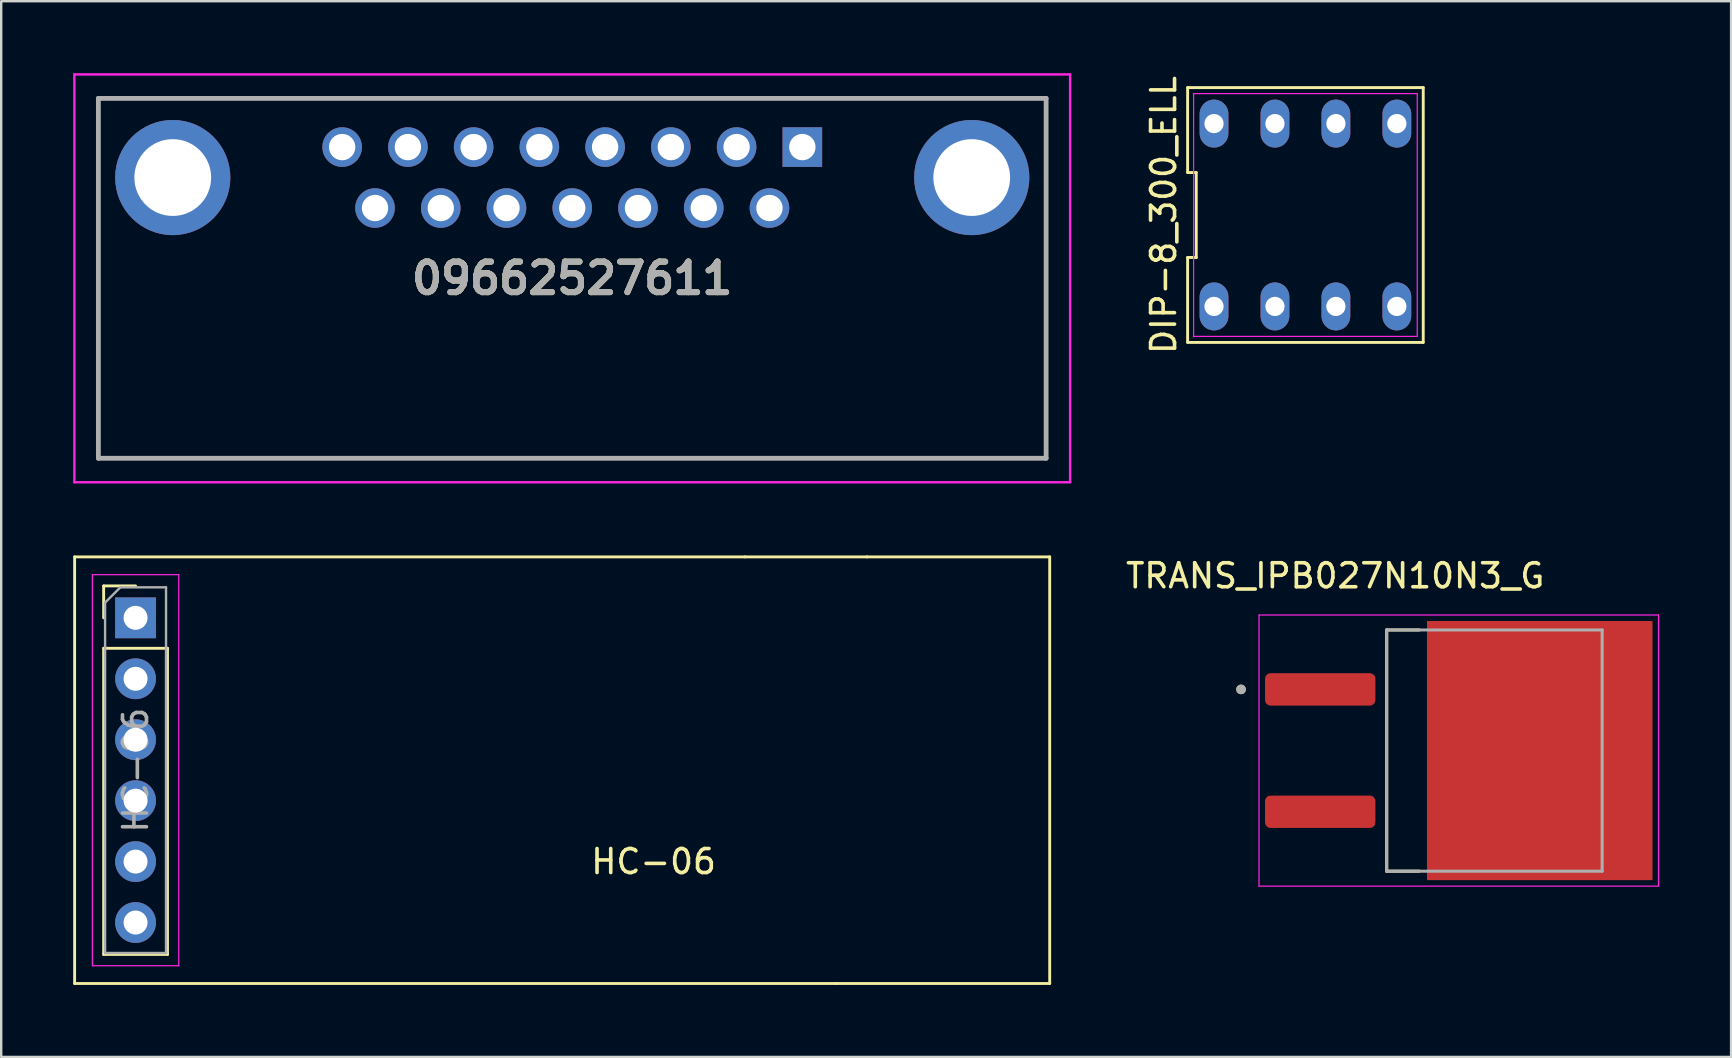
<source format=kicad_pcb>
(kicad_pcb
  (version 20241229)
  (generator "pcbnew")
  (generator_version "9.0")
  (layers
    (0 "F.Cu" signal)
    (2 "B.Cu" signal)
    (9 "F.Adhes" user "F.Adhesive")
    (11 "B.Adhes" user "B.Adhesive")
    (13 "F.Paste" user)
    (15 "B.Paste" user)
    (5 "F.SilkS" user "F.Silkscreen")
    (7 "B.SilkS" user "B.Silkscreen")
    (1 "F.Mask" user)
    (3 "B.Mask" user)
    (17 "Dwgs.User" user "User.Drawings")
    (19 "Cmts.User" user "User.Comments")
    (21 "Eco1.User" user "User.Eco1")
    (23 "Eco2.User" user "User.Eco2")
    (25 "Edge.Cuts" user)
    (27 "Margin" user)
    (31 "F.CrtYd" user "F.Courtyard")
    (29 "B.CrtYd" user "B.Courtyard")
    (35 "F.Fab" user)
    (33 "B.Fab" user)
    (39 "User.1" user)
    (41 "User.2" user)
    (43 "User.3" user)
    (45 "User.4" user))
  (footprint "HC-06"
    (layer "F.Cu")
    (at 2.6 22.7)
    (property "Reference" "HC-06" (at 21.59 10.16 0) (layer "F.SilkS") (effects (font (size 1 1) (thickness 0.15))))
    (attr through_hole)
    (fp_line (start -1.33 -1.33) (end 0 -1.33) (stroke (width 0.12) (type solid)) (layer "F.SilkS"))
    (fp_line (start -1.33 0) (end -1.33 -1.33) (stroke (width 0.12) (type solid)) (layer "F.SilkS"))
    (fp_line (start -1.33 1.27) (end -1.33 14.03) (stroke (width 0.12) (type solid)) (layer "F.SilkS"))
    (fp_line (start -1.33 1.27) (end 1.33 1.27) (stroke (width 0.12) (type solid)) (layer "F.SilkS"))
    (fp_line (start -1.33 14.03) (end 1.33 14.03) (stroke (width 0.12) (type solid)) (layer "F.SilkS"))
    (fp_line (start 1.33 1.27) (end 1.33 14.03) (stroke (width 0.12) (type solid)) (layer "F.SilkS"))
    (fp_line (start 30.48 -2.54) (end 38.1 -2.54) (stroke (width 0.12) (type solid)) (layer "F.SilkS"))
    (fp_line (start 38.1 -2.54) (end 38.1 15.24) (stroke (width 0.12) (type solid)) (layer "F.SilkS"))
    (fp_rect (start -2.54 -2.54) (end -2.54 15.24) (stroke (width 0.12) (type solid)) (fill no) (layer "F.SilkS"))
    (fp_rect (start -2.54 -2.54) (end 25.4 -2.54) (stroke (width 0.12) (type solid)) (fill no) (layer "F.SilkS"))
    (fp_rect (start -2.54 15.24) (end 29.21 15.24) (stroke (width 0.12) (type solid)) (fill no) (layer "F.SilkS"))
    (fp_rect (start 29.21 15.24) (end 38.1 15.24) (stroke (width 0.12) (type solid)) (fill no) (layer "F.SilkS"))
    (fp_rect (start 30.48 -2.54) (end 25.4 -2.54) (stroke (width 0.12) (type solid)) (fill no) (layer "F.SilkS"))
    (fp_line (start -1.8 -1.8) (end -1.8 14.5) (stroke (width 0.05) (type solid)) (layer "F.CrtYd"))
    (fp_line (start -1.8 14.5) (end 1.8 14.5) (stroke (width 0.05) (type solid)) (layer "F.CrtYd"))
    (fp_line (start 1.8 -1.8) (end -1.8 -1.8) (stroke (width 0.05) (type solid)) (layer "F.CrtYd"))
    (fp_line (start 1.8 14.5) (end 1.8 -1.8) (stroke (width 0.05) (type solid)) (layer "F.CrtYd"))
    (fp_line (start -1.27 -0.635) (end -0.635 -1.27) (stroke (width 0.1) (type solid)) (layer "F.Fab"))
    (fp_line (start -1.27 13.97) (end -1.27 -0.635) (stroke (width 0.1) (type solid)) (layer "F.Fab"))
    (fp_line (start -0.635 -1.27) (end 1.27 -1.27) (stroke (width 0.1) (type solid)) (layer "F.Fab"))
    (fp_line (start 1.27 -1.27) (end 1.27 13.97) (stroke (width 0.1) (type solid)) (layer "F.Fab"))
    (fp_line (start 1.27 13.97) (end -1.27 13.97) (stroke (width 0.1) (type solid)) (layer "F.Fab"))
    (fp_text user "${REFERENCE}" (at 0 6.35 90) (layer "F.Fab") (effects (font (size 1 1) (thickness 0.15))))
    (pad "1" thru_hole rect (at 0 0) (size 1.7 1.7) (drill 1) (layers "*.Cu" "*.Mask"))
    (pad "2" thru_hole oval (at 0 2.54) (size 1.7 1.7) (drill 1) (layers "*.Cu" "*.Mask"))
    (pad "3" thru_hole oval (at 0 5.08) (size 1.7 1.7) (drill 1) (layers "*.Cu" "*.Mask"))
    (pad "4" thru_hole oval (at 0 7.62) (size 1.7 1.7) (drill 1) (layers "*.Cu" "*.Mask"))
    (pad "5" thru_hole oval (at 0 10.16) (size 1.7 1.7) (drill 1) (layers "*.Cu" "*.Mask"))
    (pad "6" thru_hole oval (at 0 12.7) (size 1.7 1.7) (drill 1) (layers "*.Cu" "*.Mask")))
  (footprint "09662527611"
    (layer "F.Cu")
    (at 30.39 3.08)
    (property "Reference" "09662527611" (at -9.59 5.47 0) (layer "F.SilkS") (effects (font (size 1.27 1.27) (thickness 0.254))))
    (attr through_hole)
    (fp_line (start -29.34 -2.03) (end 10.16 -2.03) (stroke (width 0.1) (type solid)) (layer "F.SilkS"))
    (fp_line (start -29.34 12.97) (end -29.34 -2.03) (stroke (width 0.1) (type solid)) (layer "F.SilkS"))
    (fp_line (start 10.16 -2.03) (end 10.16 12.97) (stroke (width 0.1) (type solid)) (layer "F.SilkS"))
    (fp_line (start 10.16 12.97) (end -29.34 12.97) (stroke (width 0.1) (type solid)) (layer "F.SilkS"))
    (fp_line (start -30.34 -3.03) (end 11.16 -3.03) (stroke (width 0.1) (type solid)) (layer "F.CrtYd"))
    (fp_line (start -30.34 13.97) (end -30.34 -3.03) (stroke (width 0.1) (type solid)) (layer "F.CrtYd"))
    (fp_line (start 11.16 -3.03) (end 11.16 13.97) (stroke (width 0.1) (type solid)) (layer "F.CrtYd"))
    (fp_line (start 11.16 13.97) (end -30.34 13.97) (stroke (width 0.1) (type solid)) (layer "F.CrtYd"))
    (fp_line (start -29.34 -2.03) (end -29.34 12.97) (stroke (width 0.2) (type solid)) (layer "F.Fab"))
    (fp_line (start -29.34 12.97) (end 10.16 12.97) (stroke (width 0.2) (type solid)) (layer "F.Fab"))
    (fp_line (start 10.16 -2.03) (end -29.34 -2.03) (stroke (width 0.2) (type solid)) (layer "F.Fab"))
    (fp_line (start 10.16 12.97) (end 10.16 -2.03) (stroke (width 0.2) (type solid)) (layer "F.Fab"))
    (fp_text user "${REFERENCE}" (at -9.59 5.47 0) (layer "F.Fab") (effects (font (size 1.27 1.27) (thickness 0.254))))
    (pad "1" thru_hole rect (at 0 0) (size 1.65 1.65) (drill 1.1) (layers "*.Cu" "*.Mask"))
    (pad "2" thru_hole circle (at -2.74 0) (size 1.65 1.65) (drill 1.1) (layers "*.Cu" "*.Mask"))
    (pad "3" thru_hole circle (at -5.48 0) (size 1.65 1.65) (drill 1.1) (layers "*.Cu" "*.Mask"))
    (pad "4" thru_hole circle (at -8.22 0) (size 1.65 1.65) (drill 1.1) (layers "*.Cu" "*.Mask"))
    (pad "5" thru_hole circle (at -10.96 0) (size 1.65 1.65) (drill 1.1) (layers "*.Cu" "*.Mask"))
    (pad "6" thru_hole circle (at -13.7 0) (size 1.65 1.65) (drill 1.1) (layers "*.Cu" "*.Mask"))
    (pad "7" thru_hole circle (at -16.44 0) (size 1.65 1.65) (drill 1.1) (layers "*.Cu" "*.Mask"))
    (pad "8" thru_hole circle (at -19.18 0) (size 1.65 1.65) (drill 1.1) (layers "*.Cu" "*.Mask"))
    (pad "9" thru_hole circle (at -1.37 2.54) (size 1.65 1.65) (drill 1.1) (layers "*.Cu" "*.Mask"))
    (pad "10" thru_hole circle (at -4.11 2.54) (size 1.65 1.65) (drill 1.1) (layers "*.Cu" "*.Mask"))
    (pad "11" thru_hole circle (at -6.85 2.54) (size 1.65 1.65) (drill 1.1) (layers "*.Cu" "*.Mask"))
    (pad "12" thru_hole circle (at -9.59 2.54) (size 1.65 1.65) (drill 1.1) (layers "*.Cu" "*.Mask"))
    (pad "13" thru_hole circle (at -12.33 2.54) (size 1.65 1.65) (drill 1.1) (layers "*.Cu" "*.Mask"))
    (pad "14" thru_hole circle (at -15.07 2.54) (size 1.65 1.65) (drill 1.1) (layers "*.Cu" "*.Mask"))
    (pad "15" thru_hole circle (at -17.81 2.54) (size 1.65 1.65) (drill 1.1) (layers "*.Cu" "*.Mask"))
    (pad "MH1" thru_hole circle (at 7.06 1.27) (size 4.8 4.8) (drill 3.2) (layers "*.Cu" "*.Mask"))
    (pad "MH2" thru_hole circle (at -26.24 1.27) (size 4.8 4.8) (drill 3.2) (layers "*.Cu" "*.Mask")))
  (footprint "DIP-8_300_ELL"
    (layer "F.Cu")
    (at 51.358 5.911)
    (property "Reference" "DIP-8_300_ELL" (at -5.91 0 90) (layer "F.SilkS") (effects (font (size 1 1) (thickness 0.15))))
    (fp_line (start -4.91 -5.31) (end -4.91 -1.77) (stroke (width 0.12) (type solid)) (layer "F.SilkS"))
    (fp_line (start -4.91 -1.77) (end -4.55 -1.77) (stroke (width 0.12) (type solid)) (layer "F.SilkS"))
    (fp_line (start -4.91 1.77) (end -4.91 5.31) (stroke (width 0.12) (type solid)) (layer "F.SilkS"))
    (fp_line (start -4.91 5.31) (end 4.91 5.31) (stroke (width 0.12) (type solid)) (layer "F.SilkS"))
    (fp_line (start -4.55 -1.77) (end -4.55 1.77) (stroke (width 0.12) (type solid)) (layer "F.SilkS"))
    (fp_line (start -4.55 1.77) (end -4.91 1.77) (stroke (width 0.12) (type solid)) (layer "F.SilkS"))
    (fp_line (start 4.91 -5.31) (end -4.91 -5.31) (stroke (width 0.12) (type solid)) (layer "F.SilkS"))
    (fp_line (start 4.91 5.31) (end 4.91 -5.31) (stroke (width 0.12) (type solid)) (layer "F.SilkS"))
    (fp_line (start -4.66 -5.06) (end 4.66 -5.06) (stroke (width 0.05) (type solid)) (layer "F.CrtYd"))
    (fp_line (start -4.66 5.06) (end -4.66 -5.06) (stroke (width 0.05) (type solid)) (layer "F.CrtYd"))
    (fp_line (start 4.66 -5.06) (end 4.66 5.06) (stroke (width 0.05) (type solid)) (layer "F.CrtYd"))
    (fp_line (start 4.66 5.06) (end -4.66 5.06) (stroke (width 0.05) (type solid)) (layer "F.CrtYd"))
    (pad "1" thru_hole oval (at -3.81 3.81) (size 1.2 2) (drill 0.8) (layers "*.Cu" "*.Mask"))
    (pad "2" thru_hole oval (at -1.27 3.81) (size 1.2 2) (drill 0.8) (layers "*.Cu" "*.Mask"))
    (pad "3" thru_hole oval (at 1.27 3.81) (size 1.2 2) (drill 0.8) (layers "*.Cu" "*.Mask"))
    (pad "4" thru_hole oval (at 3.81 3.81) (size 1.2 2) (drill 0.8) (layers "*.Cu" "*.Mask"))
    (pad "5" thru_hole oval (at 3.81 -3.81) (size 1.2 2) (drill 0.8) (layers "*.Cu" "*.Mask"))
    (pad "6" thru_hole oval (at 1.27 -3.81) (size 1.2 2) (drill 0.8) (layers "*.Cu" "*.Mask"))
    (pad "7" thru_hole oval (at -1.27 -3.81) (size 1.2 2) (drill 0.8) (layers "*.Cu" "*.Mask"))
    (pad "8" thru_hole oval (at -3.81 -3.81) (size 1.2 2) (drill 0.8) (layers "*.Cu" "*.Mask")))
  (footprint "TRANS_IPB027N10N3_G"
    (layer "F.Cu")
    (at 57.374 28.233)
    (property "Reference" "TRANS_IPB027N10N3_G" (at -4.775 -7.285 0) (layer "F.SilkS") (effects (font (size 1 1) (thickness 0.15))))
    (attr through_hole)
    (fp_line (start -2.63 -5.027) (end -2.63 5.027) (stroke (width 0.127) (type solid)) (layer "F.SilkS"))
    (fp_line (start -2.63 5.027) (end -1.27 5.027) (stroke (width 0.127) (type solid)) (layer "F.SilkS"))
    (fp_line (start -1.27 -5.027) (end -2.63 -5.027) (stroke (width 0.127) (type solid)) (layer "F.SilkS"))
    (fp_circle (center -8.7 -2.55) (end -8.6 -2.55) (stroke (width 0.2) (type solid)) (fill no) (layer "F.SilkS"))
    (fp_poly (pts (xy -0.49 -5.03) (xy 0.94 -5.03) (xy 0.94 -3.61) (xy -0.49 -3.61)) (stroke (width 0.01) (type solid)) (fill yes) (layer "F.Paste"))
    (fp_poly (pts (xy -0.49 -2.87) (xy 0.94 -2.87) (xy 0.94 -1.45) (xy -0.49 -1.45)) (stroke (width 0.01) (type solid)) (fill yes) (layer "F.Paste"))
    (fp_poly (pts (xy -0.49 -0.71) (xy 0.94 -0.71) (xy 0.94 0.71) (xy -0.49 0.71)) (stroke (width 0.01) (type solid)) (fill yes) (layer "F.Paste"))
    (fp_poly (pts (xy -0.49 1.45) (xy 0.94 1.45) (xy 0.94 2.87) (xy -0.49 2.87)) (stroke (width 0.01) (type solid)) (fill yes) (layer "F.Paste"))
    (fp_poly (pts (xy -0.49 3.61) (xy 0.94 3.61) (xy 0.94 5.03) (xy -0.49 5.03)) (stroke (width 0.01) (type solid)) (fill yes) (layer "F.Paste"))
    (fp_poly (pts (xy 1.86 -5.03) (xy 3.29 -5.03) (xy 3.29 -3.61) (xy 1.86 -3.61)) (stroke (width 0.01) (type solid)) (fill yes) (layer "F.Paste"))
    (fp_poly (pts (xy 1.86 -2.87) (xy 3.29 -2.87) (xy 3.29 -1.45) (xy 1.86 -1.45)) (stroke (width 0.01) (type solid)) (fill yes) (layer "F.Paste"))
    (fp_poly (pts (xy 1.86 -0.71) (xy 3.29 -0.71) (xy 3.29 0.71) (xy 1.86 0.71)) (stroke (width 0.01) (type solid)) (fill yes) (layer "F.Paste"))
    (fp_poly (pts (xy 1.86 1.45) (xy 3.29 1.45) (xy 3.29 2.87) (xy 1.86 2.87)) (stroke (width 0.01) (type solid)) (fill yes) (layer "F.Paste"))
    (fp_poly (pts (xy 1.86 3.61) (xy 3.29 3.61) (xy 3.29 5.03) (xy 1.86 5.03)) (stroke (width 0.01) (type solid)) (fill yes) (layer "F.Paste"))
    (fp_poly (pts (xy 4.21 -5.03) (xy 5.64 -5.03) (xy 5.64 -3.61) (xy 4.21 -3.61)) (stroke (width 0.01) (type solid)) (fill yes) (layer "F.Paste"))
    (fp_poly (pts (xy 4.21 -2.87) (xy 5.64 -2.87) (xy 5.64 -1.45) (xy 4.21 -1.45)) (stroke (width 0.01) (type solid)) (fill yes) (layer "F.Paste"))
    (fp_poly (pts (xy 4.21 -0.71) (xy 5.64 -0.71) (xy 5.64 0.71) (xy 4.21 0.71)) (stroke (width 0.01) (type solid)) (fill yes) (layer "F.Paste"))
    (fp_poly (pts (xy 4.21 1.45) (xy 5.64 1.45) (xy 5.64 2.87) (xy 4.21 2.87)) (stroke (width 0.01) (type solid)) (fill yes) (layer "F.Paste"))
    (fp_poly (pts (xy 4.21 3.61) (xy 5.64 3.61) (xy 5.64 5.03) (xy 4.21 5.03)) (stroke (width 0.01) (type solid)) (fill yes) (layer "F.Paste"))
    (fp_poly (pts (xy 6.56 -5.03) (xy 7.99 -5.03) (xy 7.99 -3.61) (xy 6.56 -3.61)) (stroke (width 0.01) (type solid)) (fill yes) (layer "F.Paste"))
    (fp_poly (pts (xy 6.56 -2.87) (xy 7.99 -2.87) (xy 7.99 -1.45) (xy 6.56 -1.45)) (stroke (width 0.01) (type solid)) (fill yes) (layer "F.Paste"))
    (fp_poly (pts (xy 6.56 -0.71) (xy 7.99 -0.71) (xy 7.99 0.71) (xy 6.56 0.71)) (stroke (width 0.01) (type solid)) (fill yes) (layer "F.Paste"))
    (fp_poly (pts (xy 6.56 1.45) (xy 7.99 1.45) (xy 7.99 2.87) (xy 6.56 2.87)) (stroke (width 0.01) (type solid)) (fill yes) (layer "F.Paste"))
    (fp_poly (pts (xy 6.56 3.61) (xy 7.99 3.61) (xy 7.99 5.03) (xy 6.56 5.03)) (stroke (width 0.01) (type solid)) (fill yes) (layer "F.Paste"))
    (fp_line (start -7.95 -5.65) (end -7.95 5.65) (stroke (width 0.05) (type solid)) (layer "F.CrtYd"))
    (fp_line (start -7.95 5.65) (end 8.7 5.65) (stroke (width 0.05) (type solid)) (layer "F.CrtYd"))
    (fp_line (start 8.7 -5.65) (end -7.95 -5.65) (stroke (width 0.05) (type solid)) (layer "F.CrtYd"))
    (fp_line (start 8.7 5.65) (end 8.7 -5.65) (stroke (width 0.05) (type solid)) (layer "F.CrtYd"))
    (fp_line (start -2.63 -5.027) (end -2.63 5.027) (stroke (width 0.127) (type solid)) (layer "F.Fab"))
    (fp_line (start -2.63 5.027) (end 6.35 5.027) (stroke (width 0.127) (type solid)) (layer "F.Fab"))
    (fp_line (start 6.35 -5.027) (end -2.63 -5.027) (stroke (width 0.127) (type solid)) (layer "F.Fab"))
    (fp_line (start 6.35 5.027) (end 6.35 -5.027) (stroke (width 0.127) (type solid)) (layer "F.Fab"))
    (fp_circle (center -8.7 -2.55) (end -8.6 -2.55) (stroke (width 0.2) (type solid)) (fill no) (layer "F.Fab"))
    (pad "1" smd roundrect (at -5.4 -2.55) (size 4.6 1.35) (layers "F.Cu" "F.Mask" "F.Paste") (roundrect_rratio 0.17))
    (pad "2" smd rect (at 3.75 0) (size 9.4 10.8) (layers "F.Cu" "F.Mask"))
    (pad "3" smd roundrect (at -5.4 2.55) (size 4.6 1.35) (layers "F.Cu" "F.Mask" "F.Paste") (roundrect_rratio 0.17)))
  (gr_rect
    (start -3 -3)
    (end 69.099 41)
    (stroke (width 0.1) (type default))
    (fill no)
    (layer "Edge.Cuts")))
</source>
